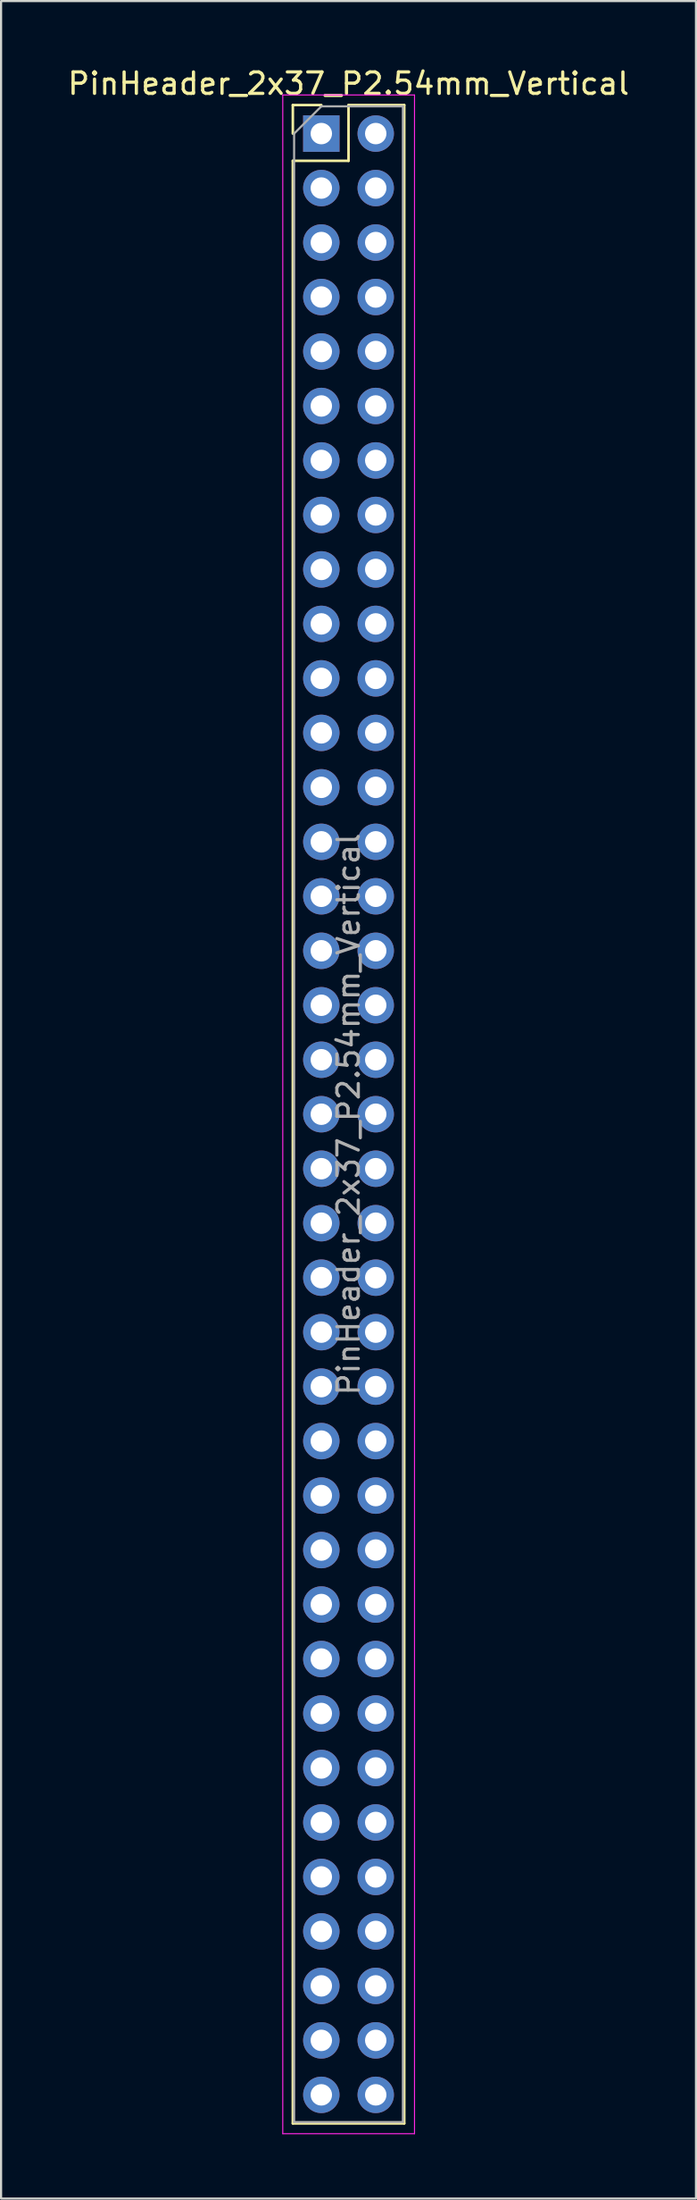
<source format=kicad_pcb>
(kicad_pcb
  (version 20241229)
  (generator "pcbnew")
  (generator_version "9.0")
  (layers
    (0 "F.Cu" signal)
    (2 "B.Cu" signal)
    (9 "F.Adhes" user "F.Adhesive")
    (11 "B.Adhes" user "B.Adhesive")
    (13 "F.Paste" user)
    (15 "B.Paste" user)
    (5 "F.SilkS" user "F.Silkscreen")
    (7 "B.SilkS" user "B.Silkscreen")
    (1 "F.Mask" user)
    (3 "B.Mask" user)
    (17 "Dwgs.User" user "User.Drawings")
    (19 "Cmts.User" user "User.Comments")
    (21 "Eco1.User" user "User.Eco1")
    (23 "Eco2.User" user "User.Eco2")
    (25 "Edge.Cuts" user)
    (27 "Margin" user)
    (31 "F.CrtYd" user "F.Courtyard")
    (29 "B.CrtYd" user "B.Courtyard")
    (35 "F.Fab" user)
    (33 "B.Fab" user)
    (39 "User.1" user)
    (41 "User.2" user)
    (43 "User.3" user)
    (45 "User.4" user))
  (footprint "PinHeader_2x37_P2.54mm_Vertical"
    (layer "F.Cu")
    (at 11.95 3.178)
    (property "Reference" "PinHeader_2x37_P2.54mm_Vertical" (at 1.27 -2.33 0) (layer "F.SilkS") (effects (font (size 1 1) (thickness 0.15))))
    (attr through_hole)
    (fp_line (start -1.33 -1.33) (end 0 -1.33) (stroke (width 0.12) (type solid)) (layer "F.SilkS"))
    (fp_line (start -1.33 0) (end -1.33 -1.33) (stroke (width 0.12) (type solid)) (layer "F.SilkS"))
    (fp_line (start -1.33 1.27) (end -1.33 92.77) (stroke (width 0.12) (type solid)) (layer "F.SilkS"))
    (fp_line (start -1.33 1.27) (end 1.27 1.27) (stroke (width 0.12) (type solid)) (layer "F.SilkS"))
    (fp_line (start -1.33 92.77) (end 3.87 92.77) (stroke (width 0.12) (type solid)) (layer "F.SilkS"))
    (fp_line (start 1.27 -1.33) (end 3.87 -1.33) (stroke (width 0.12) (type solid)) (layer "F.SilkS"))
    (fp_line (start 1.27 1.27) (end 1.27 -1.33) (stroke (width 0.12) (type solid)) (layer "F.SilkS"))
    (fp_line (start 3.87 -1.33) (end 3.87 92.77) (stroke (width 0.12) (type solid)) (layer "F.SilkS"))
    (fp_line (start -1.8 -1.8) (end -1.8 93.25) (stroke (width 0.05) (type solid)) (layer "F.CrtYd"))
    (fp_line (start -1.8 93.25) (end 4.35 93.25) (stroke (width 0.05) (type solid)) (layer "F.CrtYd"))
    (fp_line (start 4.35 -1.8) (end -1.8 -1.8) (stroke (width 0.05) (type solid)) (layer "F.CrtYd"))
    (fp_line (start 4.35 93.25) (end 4.35 -1.8) (stroke (width 0.05) (type solid)) (layer "F.CrtYd"))
    (fp_line (start -1.27 0) (end 0 -1.27) (stroke (width 0.1) (type solid)) (layer "F.Fab"))
    (fp_line (start -1.27 92.71) (end -1.27 0) (stroke (width 0.1) (type solid)) (layer "F.Fab"))
    (fp_line (start 0 -1.27) (end 3.81 -1.27) (stroke (width 0.1) (type solid)) (layer "F.Fab"))
    (fp_line (start 3.81 -1.27) (end 3.81 92.71) (stroke (width 0.1) (type solid)) (layer "F.Fab"))
    (fp_line (start 3.81 92.71) (end -1.27 92.71) (stroke (width 0.1) (type solid)) (layer "F.Fab"))
    (fp_text user "${REFERENCE}" (at 1.27 45.72 90) (layer "F.Fab") (effects (font (size 1 1) (thickness 0.15))))
    (pad "1" thru_hole rect (at 0 0) (size 1.7 1.7) (drill 1) (layers "*.Cu" "*.Mask"))
    (pad "2" thru_hole oval (at 2.54 0) (size 1.7 1.7) (drill 1) (layers "*.Cu" "*.Mask"))
    (pad "3" thru_hole oval (at 0 2.54) (size 1.7 1.7) (drill 1) (layers "*.Cu" "*.Mask"))
    (pad "4" thru_hole oval (at 2.54 2.54) (size 1.7 1.7) (drill 1) (layers "*.Cu" "*.Mask"))
    (pad "5" thru_hole oval (at 0 5.08) (size 1.7 1.7) (drill 1) (layers "*.Cu" "*.Mask"))
    (pad "6" thru_hole oval (at 2.54 5.08) (size 1.7 1.7) (drill 1) (layers "*.Cu" "*.Mask"))
    (pad "7" thru_hole oval (at 0 7.62) (size 1.7 1.7) (drill 1) (layers "*.Cu" "*.Mask"))
    (pad "8" thru_hole oval (at 2.54 7.62) (size 1.7 1.7) (drill 1) (layers "*.Cu" "*.Mask"))
    (pad "9" thru_hole oval (at 0 10.16) (size 1.7 1.7) (drill 1) (layers "*.Cu" "*.Mask"))
    (pad "10" thru_hole oval (at 2.54 10.16) (size 1.7 1.7) (drill 1) (layers "*.Cu" "*.Mask"))
    (pad "11" thru_hole oval (at 0 12.7) (size 1.7 1.7) (drill 1) (layers "*.Cu" "*.Mask"))
    (pad "12" thru_hole oval (at 2.54 12.7) (size 1.7 1.7) (drill 1) (layers "*.Cu" "*.Mask"))
    (pad "13" thru_hole oval (at 0 15.24) (size 1.7 1.7) (drill 1) (layers "*.Cu" "*.Mask"))
    (pad "14" thru_hole oval (at 2.54 15.24) (size 1.7 1.7) (drill 1) (layers "*.Cu" "*.Mask"))
    (pad "15" thru_hole oval (at 0 17.78) (size 1.7 1.7) (drill 1) (layers "*.Cu" "*.Mask"))
    (pad "16" thru_hole oval (at 2.54 17.78) (size 1.7 1.7) (drill 1) (layers "*.Cu" "*.Mask"))
    (pad "17" thru_hole oval (at 0 20.32) (size 1.7 1.7) (drill 1) (layers "*.Cu" "*.Mask"))
    (pad "18" thru_hole oval (at 2.54 20.32) (size 1.7 1.7) (drill 1) (layers "*.Cu" "*.Mask"))
    (pad "19" thru_hole oval (at 0 22.86) (size 1.7 1.7) (drill 1) (layers "*.Cu" "*.Mask"))
    (pad "20" thru_hole oval (at 2.54 22.86) (size 1.7 1.7) (drill 1) (layers "*.Cu" "*.Mask"))
    (pad "21" thru_hole oval (at 0 25.4) (size 1.7 1.7) (drill 1) (layers "*.Cu" "*.Mask"))
    (pad "22" thru_hole oval (at 2.54 25.4) (size 1.7 1.7) (drill 1) (layers "*.Cu" "*.Mask"))
    (pad "23" thru_hole oval (at 0 27.94) (size 1.7 1.7) (drill 1) (layers "*.Cu" "*.Mask"))
    (pad "24" thru_hole oval (at 2.54 27.94) (size 1.7 1.7) (drill 1) (layers "*.Cu" "*.Mask"))
    (pad "25" thru_hole oval (at 0 30.48) (size 1.7 1.7) (drill 1) (layers "*.Cu" "*.Mask"))
    (pad "26" thru_hole oval (at 2.54 30.48) (size 1.7 1.7) (drill 1) (layers "*.Cu" "*.Mask"))
    (pad "27" thru_hole oval (at 0 33.02) (size 1.7 1.7) (drill 1) (layers "*.Cu" "*.Mask"))
    (pad "28" thru_hole oval (at 2.54 33.02) (size 1.7 1.7) (drill 1) (layers "*.Cu" "*.Mask"))
    (pad "29" thru_hole oval (at 0 35.56) (size 1.7 1.7) (drill 1) (layers "*.Cu" "*.Mask"))
    (pad "30" thru_hole oval (at 2.54 35.56) (size 1.7 1.7) (drill 1) (layers "*.Cu" "*.Mask"))
    (pad "31" thru_hole oval (at 0 38.1) (size 1.7 1.7) (drill 1) (layers "*.Cu" "*.Mask"))
    (pad "32" thru_hole oval (at 2.54 38.1) (size 1.7 1.7) (drill 1) (layers "*.Cu" "*.Mask"))
    (pad "33" thru_hole oval (at 0 40.64) (size 1.7 1.7) (drill 1) (layers "*.Cu" "*.Mask"))
    (pad "34" thru_hole oval (at 2.54 40.64) (size 1.7 1.7) (drill 1) (layers "*.Cu" "*.Mask"))
    (pad "35" thru_hole oval (at 0 43.18) (size 1.7 1.7) (drill 1) (layers "*.Cu" "*.Mask"))
    (pad "36" thru_hole oval (at 2.54 43.18) (size 1.7 1.7) (drill 1) (layers "*.Cu" "*.Mask"))
    (pad "37" thru_hole oval (at 0 45.72) (size 1.7 1.7) (drill 1) (layers "*.Cu" "*.Mask"))
    (pad "38" thru_hole oval (at 2.54 45.72) (size 1.7 1.7) (drill 1) (layers "*.Cu" "*.Mask"))
    (pad "39" thru_hole oval (at 0 48.26) (size 1.7 1.7) (drill 1) (layers "*.Cu" "*.Mask"))
    (pad "40" thru_hole oval (at 2.54 48.26) (size 1.7 1.7) (drill 1) (layers "*.Cu" "*.Mask"))
    (pad "41" thru_hole oval (at 0 50.8) (size 1.7 1.7) (drill 1) (layers "*.Cu" "*.Mask"))
    (pad "42" thru_hole oval (at 2.54 50.8) (size 1.7 1.7) (drill 1) (layers "*.Cu" "*.Mask"))
    (pad "43" thru_hole oval (at 0 53.34) (size 1.7 1.7) (drill 1) (layers "*.Cu" "*.Mask"))
    (pad "44" thru_hole oval (at 2.54 53.34) (size 1.7 1.7) (drill 1) (layers "*.Cu" "*.Mask"))
    (pad "45" thru_hole oval (at 0 55.88) (size 1.7 1.7) (drill 1) (layers "*.Cu" "*.Mask"))
    (pad "46" thru_hole oval (at 2.54 55.88) (size 1.7 1.7) (drill 1) (layers "*.Cu" "*.Mask"))
    (pad "47" thru_hole oval (at 0 58.42) (size 1.7 1.7) (drill 1) (layers "*.Cu" "*.Mask"))
    (pad "48" thru_hole oval (at 2.54 58.42) (size 1.7 1.7) (drill 1) (layers "*.Cu" "*.Mask"))
    (pad "49" thru_hole oval (at 0 60.96) (size 1.7 1.7) (drill 1) (layers "*.Cu" "*.Mask"))
    (pad "50" thru_hole oval (at 2.54 60.96) (size 1.7 1.7) (drill 1) (layers "*.Cu" "*.Mask"))
    (pad "51" thru_hole oval (at 0 63.5) (size 1.7 1.7) (drill 1) (layers "*.Cu" "*.Mask"))
    (pad "52" thru_hole oval (at 2.54 63.5) (size 1.7 1.7) (drill 1) (layers "*.Cu" "*.Mask"))
    (pad "53" thru_hole oval (at 0 66.04) (size 1.7 1.7) (drill 1) (layers "*.Cu" "*.Mask"))
    (pad "54" thru_hole oval (at 2.54 66.04) (size 1.7 1.7) (drill 1) (layers "*.Cu" "*.Mask"))
    (pad "55" thru_hole oval (at 0 68.58) (size 1.7 1.7) (drill 1) (layers "*.Cu" "*.Mask"))
    (pad "56" thru_hole oval (at 2.54 68.58) (size 1.7 1.7) (drill 1) (layers "*.Cu" "*.Mask"))
    (pad "57" thru_hole oval (at 0 71.12) (size 1.7 1.7) (drill 1) (layers "*.Cu" "*.Mask"))
    (pad "58" thru_hole oval (at 2.54 71.12) (size 1.7 1.7) (drill 1) (layers "*.Cu" "*.Mask"))
    (pad "59" thru_hole oval (at 0 73.66) (size 1.7 1.7) (drill 1) (layers "*.Cu" "*.Mask"))
    (pad "60" thru_hole oval (at 2.54 73.66) (size 1.7 1.7) (drill 1) (layers "*.Cu" "*.Mask"))
    (pad "61" thru_hole oval (at 0 76.2) (size 1.7 1.7) (drill 1) (layers "*.Cu" "*.Mask"))
    (pad "62" thru_hole oval (at 2.54 76.2) (size 1.7 1.7) (drill 1) (layers "*.Cu" "*.Mask"))
    (pad "63" thru_hole oval (at 0 78.74) (size 1.7 1.7) (drill 1) (layers "*.Cu" "*.Mask"))
    (pad "64" thru_hole oval (at 2.54 78.74) (size 1.7 1.7) (drill 1) (layers "*.Cu" "*.Mask"))
    (pad "65" thru_hole oval (at 0 81.28) (size 1.7 1.7) (drill 1) (layers "*.Cu" "*.Mask"))
    (pad "66" thru_hole oval (at 2.54 81.28) (size 1.7 1.7) (drill 1) (layers "*.Cu" "*.Mask"))
    (pad "67" thru_hole oval (at 0 83.82) (size 1.7 1.7) (drill 1) (layers "*.Cu" "*.Mask"))
    (pad "68" thru_hole oval (at 2.54 83.82) (size 1.7 1.7) (drill 1) (layers "*.Cu" "*.Mask"))
    (pad "69" thru_hole oval (at 0 86.36) (size 1.7 1.7) (drill 1) (layers "*.Cu" "*.Mask"))
    (pad "70" thru_hole oval (at 2.54 86.36) (size 1.7 1.7) (drill 1) (layers "*.Cu" "*.Mask"))
    (pad "71" thru_hole oval (at 0 88.9) (size 1.7 1.7) (drill 1) (layers "*.Cu" "*.Mask"))
    (pad "72" thru_hole oval (at 2.54 88.9) (size 1.7 1.7) (drill 1) (layers "*.Cu" "*.Mask"))
    (pad "73" thru_hole oval (at 0 91.44) (size 1.7 1.7) (drill 1) (layers "*.Cu" "*.Mask"))
    (pad "74" thru_hole oval (at 2.54 91.44) (size 1.7 1.7) (drill 1) (layers "*.Cu" "*.Mask")))
  (gr_rect
    (start -3 -3)
    (end 29.44 99.453)
    (stroke (width 0.1) (type default))
    (fill no)
    (layer "Edge.Cuts")))
</source>
